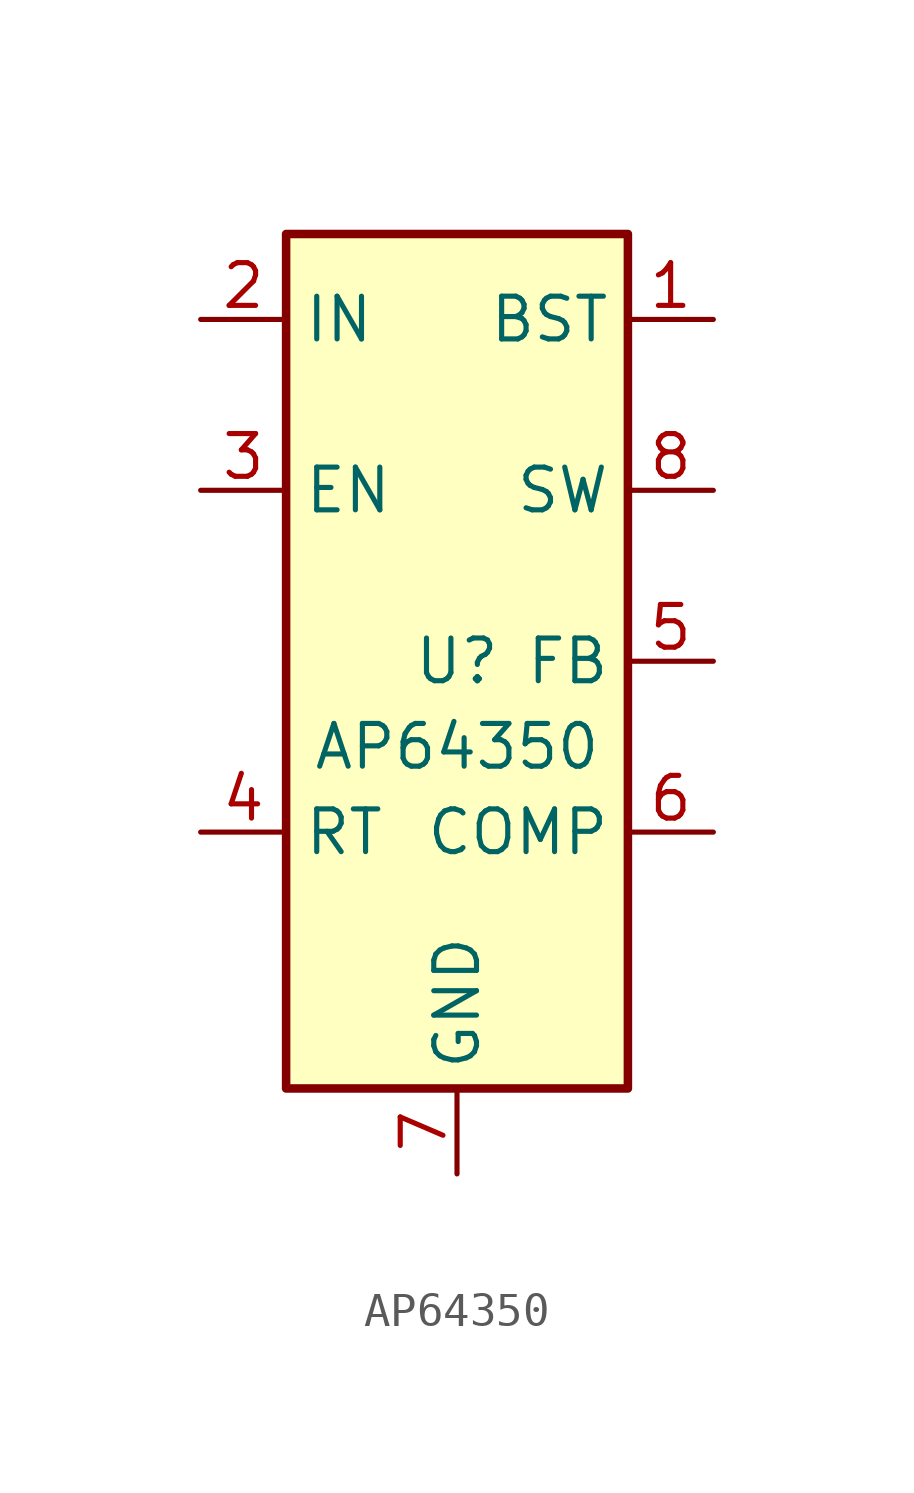
<source format=kicad_sym>
(kicad_symbol_lib
  (version 20220102)
  (generator kicad_symbol_editor)
  (symbol "AP64350"
    (property "Reference" "U"
      (at 0 0 0)
      (effects (font (size 1.27 1.27))))
    (property "Value" "AP64350"
      (at 0 -2.54 0)
      (effects (font (size 1.27 1.27))))
    (symbol "AP64350_0_1"
      (rectangle (start -5.08 12.7) (end 5.08 -12.7) (stroke (width 0.254) (type default)) (fill (type background))))
    (symbol "AP64350_1_1"
      (pin output line (at 7.62 10.16 180) (length 2.54) (name "BST" (effects (font (size 1.27 1.27)))) (number "1" (effects (font (size 1.27 1.27)))))
      (pin power_in line (at -7.62 10.16 0) (length 2.54) (name "IN" (effects (font (size 1.27 1.27)))) (number "2" (effects (font (size 1.27 1.27)))))
      (pin input line (at -7.62 5.08 0) (length 2.54) (name "EN" (effects (font (size 1.27 1.27)))) (number "3" (effects (font (size 1.27 1.27)))))
      (pin tri_state line (at -7.62 -5.08 0) (length 2.54) (name "RT" (effects (font (size 1.27 1.27)))) (number "4" (effects (font (size 1.27 1.27)))))
      (pin input line (at 7.62 0 180) (length 2.54) (name "FB" (effects (font (size 1.27 1.27)))) (number "5" (effects (font (size 1.27 1.27)))))
      (pin output line (at 7.62 -5.08 180) (length 2.54) (name "COMP" (effects (font (size 1.27 1.27)))) (number "6" (effects (font (size 1.27 1.27)))))
      (pin power_in line (at 0 -15.24 90) (length 2.54) (name "GND" (effects (font (size 1.27 1.27)))) (number "7" (effects (font (size 1.27 1.27)))))
      (pin power_out line (at 7.62 5.08 180) (length 2.54) (name "SW" (effects (font (size 1.27 1.27)))) (number "8" (effects (font (size 1.27 1.27)))))
      (pin power_in line (at 0 -15.24 90) (length 2.54) hide (name "EP" (effects (font (size 1.27 1.27)))) (number "9" (effects (font (size 1.27 1.27))))))))
</source>
